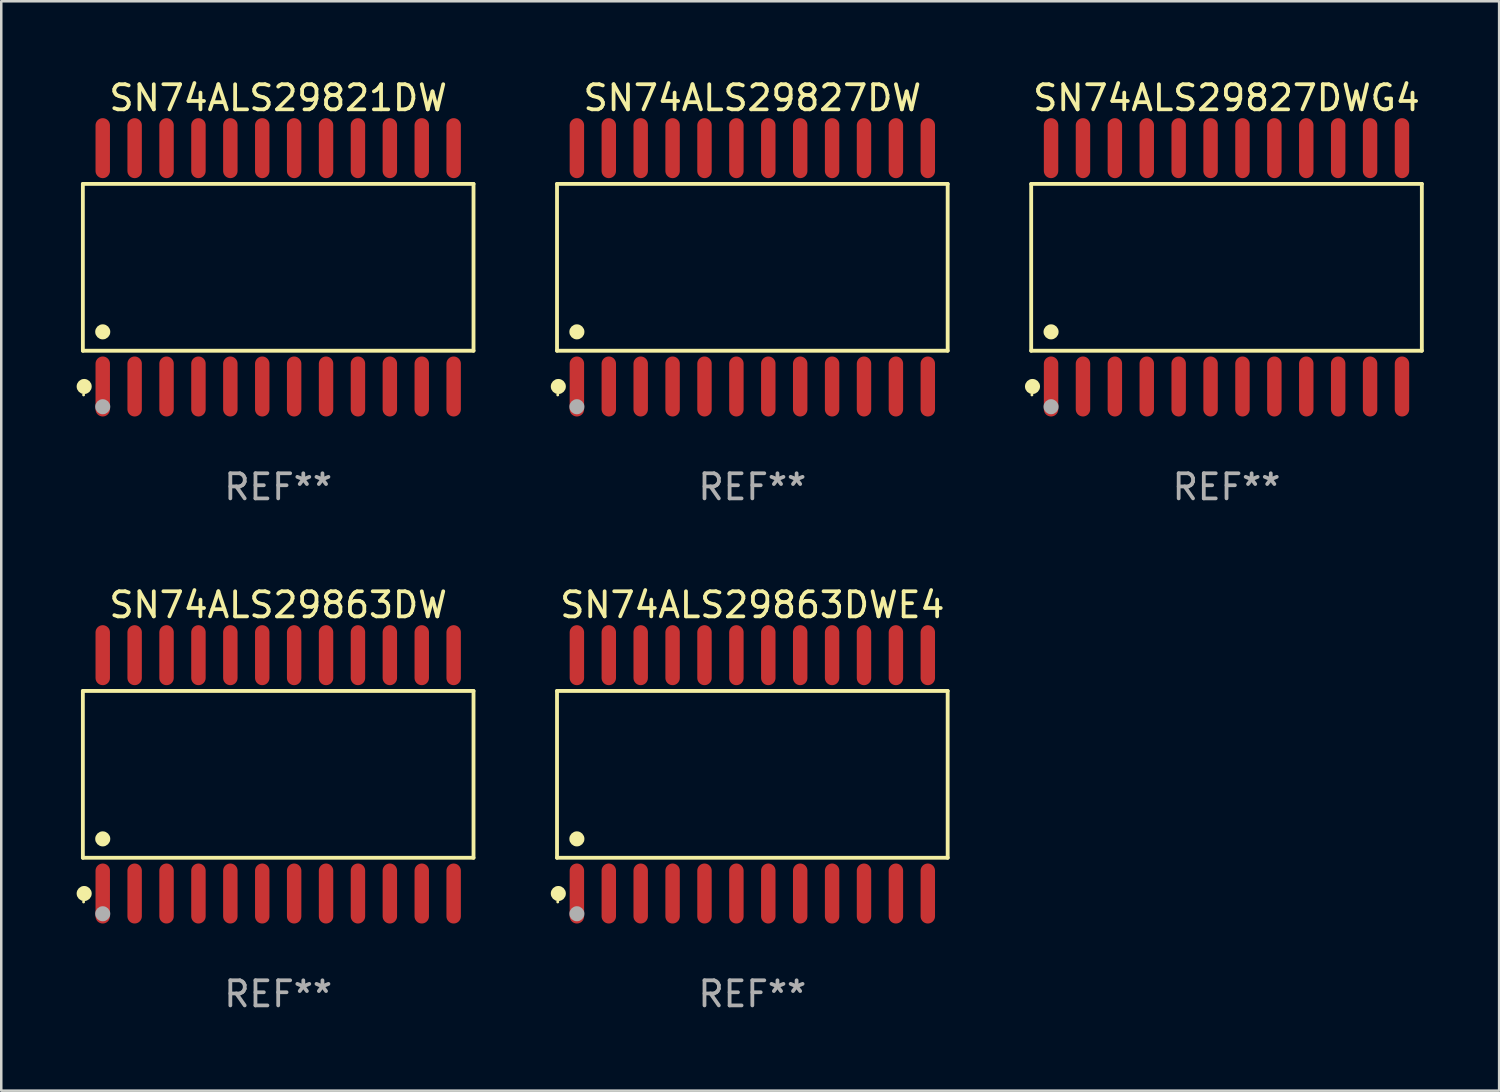
<source format=kicad_pcb>
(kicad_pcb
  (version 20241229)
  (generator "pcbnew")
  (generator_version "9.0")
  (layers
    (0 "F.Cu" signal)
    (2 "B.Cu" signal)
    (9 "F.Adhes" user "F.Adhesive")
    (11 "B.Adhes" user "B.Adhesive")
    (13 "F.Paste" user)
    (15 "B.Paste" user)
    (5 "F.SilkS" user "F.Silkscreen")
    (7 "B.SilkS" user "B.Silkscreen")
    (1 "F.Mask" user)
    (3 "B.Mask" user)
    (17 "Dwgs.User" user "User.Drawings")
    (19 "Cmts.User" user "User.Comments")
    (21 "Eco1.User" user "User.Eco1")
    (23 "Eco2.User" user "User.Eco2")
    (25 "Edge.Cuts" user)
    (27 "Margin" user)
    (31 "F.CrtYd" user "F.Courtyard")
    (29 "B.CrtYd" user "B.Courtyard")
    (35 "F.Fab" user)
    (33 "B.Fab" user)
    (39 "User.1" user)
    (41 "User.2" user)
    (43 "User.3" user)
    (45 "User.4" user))
  (footprint "SN74ALS29827DWG4"
    (layer "F.Cu")
    (at 45.778 7.592)
    (property "Reference" "SN74ALS29827DWG4" (at 0 -6.744 0) (layer "F.SilkS") (effects (font (size 1 1) (thickness 0.15))))
    (attr through_hole)
    (fp_line (start -7.776 -3.321) (end 7.776 -3.321) (stroke (width 0.152) (type solid)) (layer "F.SilkS"))
    (fp_line (start -7.776 3.321) (end -7.776 -3.321) (stroke (width 0.152) (type solid)) (layer "F.SilkS"))
    (fp_line (start 7.776 -3.321) (end 7.776 3.321) (stroke (width 0.152) (type solid)) (layer "F.SilkS"))
    (fp_line (start 7.776 3.321) (end -7.776 3.321) (stroke (width 0.152) (type solid)) (layer "F.SilkS"))
    (fp_circle (center -7.747 5.08) (end -7.717 5.08) (stroke (width 0.06) (type solid)) (fill no) (layer "F.SilkS"))
    (fp_circle (center -7.724 4.744) (end -7.574 4.744) (stroke (width 0.3) (type solid)) (fill no) (layer "F.SilkS"))
    (fp_circle (center -6.985 2.569) (end -6.835 2.569) (stroke (width 0.3) (type solid)) (fill no) (layer "F.SilkS"))
    (fp_circle (center -6.985 5.55) (end -6.835 5.55) (stroke (width 0.3) (type solid)) (fill no) (layer "F.Fab"))
    (fp_text user "REF**" (at 0 8.744 0) (layer "F.Fab") (effects (font (size 1 1) (thickness 0.15))))
    (pad "1" smd oval (at -6.985 4.744) (size 0.574 2.388) (layers "F.Cu" "F.Mask" "F.Paste"))
    (pad "2" smd oval (at -5.715 4.744) (size 0.574 2.388) (layers "F.Cu" "F.Mask" "F.Paste"))
    (pad "3" smd oval (at -4.445 4.744) (size 0.574 2.388) (layers "F.Cu" "F.Mask" "F.Paste"))
    (pad "4" smd oval (at -3.175 4.744) (size 0.574 2.388) (layers "F.Cu" "F.Mask" "F.Paste"))
    (pad "5" smd oval (at -1.905 4.744) (size 0.574 2.388) (layers "F.Cu" "F.Mask" "F.Paste"))
    (pad "6" smd oval (at -0.635 4.744) (size 0.574 2.388) (layers "F.Cu" "F.Mask" "F.Paste"))
    (pad "7" smd oval (at 0.635 4.744) (size 0.574 2.388) (layers "F.Cu" "F.Mask" "F.Paste"))
    (pad "8" smd oval (at 1.905 4.744) (size 0.574 2.388) (layers "F.Cu" "F.Mask" "F.Paste"))
    (pad "9" smd oval (at 3.175 4.744) (size 0.574 2.388) (layers "F.Cu" "F.Mask" "F.Paste"))
    (pad "10" smd oval (at 4.445 4.744) (size 0.574 2.388) (layers "F.Cu" "F.Mask" "F.Paste"))
    (pad "11" smd oval (at 5.715 4.744) (size 0.574 2.388) (layers "F.Cu" "F.Mask" "F.Paste"))
    (pad "12" smd oval (at 6.985 4.744) (size 0.574 2.388) (layers "F.Cu" "F.Mask" "F.Paste"))
    (pad "13" smd oval (at 6.985 -4.744) (size 0.574 2.388) (layers "F.Cu" "F.Mask" "F.Paste"))
    (pad "14" smd oval (at 5.715 -4.744) (size 0.574 2.388) (layers "F.Cu" "F.Mask" "F.Paste"))
    (pad "15" smd oval (at 4.445 -4.744) (size 0.574 2.388) (layers "F.Cu" "F.Mask" "F.Paste"))
    (pad "16" smd oval (at 3.175 -4.744) (size 0.574 2.388) (layers "F.Cu" "F.Mask" "F.Paste"))
    (pad "17" smd oval (at 1.905 -4.744) (size 0.574 2.388) (layers "F.Cu" "F.Mask" "F.Paste"))
    (pad "18" smd oval (at 0.635 -4.744) (size 0.574 2.388) (layers "F.Cu" "F.Mask" "F.Paste"))
    (pad "19" smd oval (at -0.635 -4.744) (size 0.574 2.388) (layers "F.Cu" "F.Mask" "F.Paste"))
    (pad "20" smd oval (at -1.905 -4.744) (size 0.574 2.388) (layers "F.Cu" "F.Mask" "F.Paste"))
    (pad "21" smd oval (at -3.175 -4.744) (size 0.574 2.388) (layers "F.Cu" "F.Mask" "F.Paste"))
    (pad "22" smd oval (at -4.445 -4.744) (size 0.574 2.388) (layers "F.Cu" "F.Mask" "F.Paste"))
    (pad "23" smd oval (at -5.715 -4.744) (size 0.574 2.388) (layers "F.Cu" "F.Mask" "F.Paste"))
    (pad "24" smd oval (at -6.985 -4.744) (size 0.574 2.388) (layers "F.Cu" "F.Mask" "F.Paste")))
  (footprint "SN74ALS29863DW"
    (layer "F.Cu")
    (at 8.025 27.777)
    (property "Reference" "SN74ALS29863DW" (at 0 -6.744 0) (layer "F.SilkS") (effects (font (size 1 1) (thickness 0.15))))
    (attr through_hole)
    (fp_line (start -7.776 -3.321) (end 7.776 -3.321) (stroke (width 0.152) (type solid)) (layer "F.SilkS"))
    (fp_line (start -7.776 3.321) (end -7.776 -3.321) (stroke (width 0.152) (type solid)) (layer "F.SilkS"))
    (fp_line (start 7.776 -3.321) (end 7.776 3.321) (stroke (width 0.152) (type solid)) (layer "F.SilkS"))
    (fp_line (start 7.776 3.321) (end -7.776 3.321) (stroke (width 0.152) (type solid)) (layer "F.SilkS"))
    (fp_circle (center -7.747 5.08) (end -7.717 5.08) (stroke (width 0.06) (type solid)) (fill no) (layer "F.SilkS"))
    (fp_circle (center -7.724 4.744) (end -7.574 4.744) (stroke (width 0.3) (type solid)) (fill no) (layer "F.SilkS"))
    (fp_circle (center -6.985 2.569) (end -6.835 2.569) (stroke (width 0.3) (type solid)) (fill no) (layer "F.SilkS"))
    (fp_circle (center -6.985 5.55) (end -6.835 5.55) (stroke (width 0.3) (type solid)) (fill no) (layer "F.Fab"))
    (fp_text user "REF**" (at 0 8.744 0) (layer "F.Fab") (effects (font (size 1 1) (thickness 0.15))))
    (pad "1" smd oval (at -6.985 4.744) (size 0.574 2.388) (layers "F.Cu" "F.Mask" "F.Paste"))
    (pad "2" smd oval (at -5.715 4.744) (size 0.574 2.388) (layers "F.Cu" "F.Mask" "F.Paste"))
    (pad "3" smd oval (at -4.445 4.744) (size 0.574 2.388) (layers "F.Cu" "F.Mask" "F.Paste"))
    (pad "4" smd oval (at -3.175 4.744) (size 0.574 2.388) (layers "F.Cu" "F.Mask" "F.Paste"))
    (pad "5" smd oval (at -1.905 4.744) (size 0.574 2.388) (layers "F.Cu" "F.Mask" "F.Paste"))
    (pad "6" smd oval (at -0.635 4.744) (size 0.574 2.388) (layers "F.Cu" "F.Mask" "F.Paste"))
    (pad "7" smd oval (at 0.635 4.744) (size 0.574 2.388) (layers "F.Cu" "F.Mask" "F.Paste"))
    (pad "8" smd oval (at 1.905 4.744) (size 0.574 2.388) (layers "F.Cu" "F.Mask" "F.Paste"))
    (pad "9" smd oval (at 3.175 4.744) (size 0.574 2.388) (layers "F.Cu" "F.Mask" "F.Paste"))
    (pad "10" smd oval (at 4.445 4.744) (size 0.574 2.388) (layers "F.Cu" "F.Mask" "F.Paste"))
    (pad "11" smd oval (at 5.715 4.744) (size 0.574 2.388) (layers "F.Cu" "F.Mask" "F.Paste"))
    (pad "12" smd oval (at 6.985 4.744) (size 0.574 2.388) (layers "F.Cu" "F.Mask" "F.Paste"))
    (pad "13" smd oval (at 6.985 -4.744) (size 0.574 2.388) (layers "F.Cu" "F.Mask" "F.Paste"))
    (pad "14" smd oval (at 5.715 -4.744) (size 0.574 2.388) (layers "F.Cu" "F.Mask" "F.Paste"))
    (pad "15" smd oval (at 4.445 -4.744) (size 0.574 2.388) (layers "F.Cu" "F.Mask" "F.Paste"))
    (pad "16" smd oval (at 3.175 -4.744) (size 0.574 2.388) (layers "F.Cu" "F.Mask" "F.Paste"))
    (pad "17" smd oval (at 1.905 -4.744) (size 0.574 2.388) (layers "F.Cu" "F.Mask" "F.Paste"))
    (pad "18" smd oval (at 0.635 -4.744) (size 0.574 2.388) (layers "F.Cu" "F.Mask" "F.Paste"))
    (pad "19" smd oval (at -0.635 -4.744) (size 0.574 2.388) (layers "F.Cu" "F.Mask" "F.Paste"))
    (pad "20" smd oval (at -1.905 -4.744) (size 0.574 2.388) (layers "F.Cu" "F.Mask" "F.Paste"))
    (pad "21" smd oval (at -3.175 -4.744) (size 0.574 2.388) (layers "F.Cu" "F.Mask" "F.Paste"))
    (pad "22" smd oval (at -4.445 -4.744) (size 0.574 2.388) (layers "F.Cu" "F.Mask" "F.Paste"))
    (pad "23" smd oval (at -5.715 -4.744) (size 0.574 2.388) (layers "F.Cu" "F.Mask" "F.Paste"))
    (pad "24" smd oval (at -6.985 -4.744) (size 0.574 2.388) (layers "F.Cu" "F.Mask" "F.Paste")))
  (footprint "SN74ALS29863DWE4"
    (layer "F.Cu")
    (at 26.901 27.777)
    (property "Reference" "SN74ALS29863DWE4" (at 0 -6.744 0) (layer "F.SilkS") (effects (font (size 1 1) (thickness 0.15))))
    (attr through_hole)
    (fp_line (start -7.776 -3.321) (end 7.776 -3.321) (stroke (width 0.152) (type solid)) (layer "F.SilkS"))
    (fp_line (start -7.776 3.321) (end -7.776 -3.321) (stroke (width 0.152) (type solid)) (layer "F.SilkS"))
    (fp_line (start 7.776 -3.321) (end 7.776 3.321) (stroke (width 0.152) (type solid)) (layer "F.SilkS"))
    (fp_line (start 7.776 3.321) (end -7.776 3.321) (stroke (width 0.152) (type solid)) (layer "F.SilkS"))
    (fp_circle (center -7.747 5.08) (end -7.717 5.08) (stroke (width 0.06) (type solid)) (fill no) (layer "F.SilkS"))
    (fp_circle (center -7.724 4.744) (end -7.574 4.744) (stroke (width 0.3) (type solid)) (fill no) (layer "F.SilkS"))
    (fp_circle (center -6.985 2.569) (end -6.835 2.569) (stroke (width 0.3) (type solid)) (fill no) (layer "F.SilkS"))
    (fp_circle (center -6.985 5.55) (end -6.835 5.55) (stroke (width 0.3) (type solid)) (fill no) (layer "F.Fab"))
    (fp_text user "REF**" (at 0 8.744 0) (layer "F.Fab") (effects (font (size 1 1) (thickness 0.15))))
    (pad "1" smd oval (at -6.985 4.744) (size 0.574 2.388) (layers "F.Cu" "F.Mask" "F.Paste"))
    (pad "2" smd oval (at -5.715 4.744) (size 0.574 2.388) (layers "F.Cu" "F.Mask" "F.Paste"))
    (pad "3" smd oval (at -4.445 4.744) (size 0.574 2.388) (layers "F.Cu" "F.Mask" "F.Paste"))
    (pad "4" smd oval (at -3.175 4.744) (size 0.574 2.388) (layers "F.Cu" "F.Mask" "F.Paste"))
    (pad "5" smd oval (at -1.905 4.744) (size 0.574 2.388) (layers "F.Cu" "F.Mask" "F.Paste"))
    (pad "6" smd oval (at -0.635 4.744) (size 0.574 2.388) (layers "F.Cu" "F.Mask" "F.Paste"))
    (pad "7" smd oval (at 0.635 4.744) (size 0.574 2.388) (layers "F.Cu" "F.Mask" "F.Paste"))
    (pad "8" smd oval (at 1.905 4.744) (size 0.574 2.388) (layers "F.Cu" "F.Mask" "F.Paste"))
    (pad "9" smd oval (at 3.175 4.744) (size 0.574 2.388) (layers "F.Cu" "F.Mask" "F.Paste"))
    (pad "10" smd oval (at 4.445 4.744) (size 0.574 2.388) (layers "F.Cu" "F.Mask" "F.Paste"))
    (pad "11" smd oval (at 5.715 4.744) (size 0.574 2.388) (layers "F.Cu" "F.Mask" "F.Paste"))
    (pad "12" smd oval (at 6.985 4.744) (size 0.574 2.388) (layers "F.Cu" "F.Mask" "F.Paste"))
    (pad "13" smd oval (at 6.985 -4.744) (size 0.574 2.388) (layers "F.Cu" "F.Mask" "F.Paste"))
    (pad "14" smd oval (at 5.715 -4.744) (size 0.574 2.388) (layers "F.Cu" "F.Mask" "F.Paste"))
    (pad "15" smd oval (at 4.445 -4.744) (size 0.574 2.388) (layers "F.Cu" "F.Mask" "F.Paste"))
    (pad "16" smd oval (at 3.175 -4.744) (size 0.574 2.388) (layers "F.Cu" "F.Mask" "F.Paste"))
    (pad "17" smd oval (at 1.905 -4.744) (size 0.574 2.388) (layers "F.Cu" "F.Mask" "F.Paste"))
    (pad "18" smd oval (at 0.635 -4.744) (size 0.574 2.388) (layers "F.Cu" "F.Mask" "F.Paste"))
    (pad "19" smd oval (at -0.635 -4.744) (size 0.574 2.388) (layers "F.Cu" "F.Mask" "F.Paste"))
    (pad "20" smd oval (at -1.905 -4.744) (size 0.574 2.388) (layers "F.Cu" "F.Mask" "F.Paste"))
    (pad "21" smd oval (at -3.175 -4.744) (size 0.574 2.388) (layers "F.Cu" "F.Mask" "F.Paste"))
    (pad "22" smd oval (at -4.445 -4.744) (size 0.574 2.388) (layers "F.Cu" "F.Mask" "F.Paste"))
    (pad "23" smd oval (at -5.715 -4.744) (size 0.574 2.388) (layers "F.Cu" "F.Mask" "F.Paste"))
    (pad "24" smd oval (at -6.985 -4.744) (size 0.574 2.388) (layers "F.Cu" "F.Mask" "F.Paste")))
  (footprint "SN74ALS29821DW"
    (layer "F.Cu")
    (at 8.025 7.592)
    (property "Reference" "SN74ALS29821DW" (at 0 -6.744 0) (layer "F.SilkS") (effects (font (size 1 1) (thickness 0.15))))
    (attr through_hole)
    (fp_line (start -7.776 -3.321) (end 7.776 -3.321) (stroke (width 0.152) (type solid)) (layer "F.SilkS"))
    (fp_line (start -7.776 3.321) (end -7.776 -3.321) (stroke (width 0.152) (type solid)) (layer "F.SilkS"))
    (fp_line (start 7.776 -3.321) (end 7.776 3.321) (stroke (width 0.152) (type solid)) (layer "F.SilkS"))
    (fp_line (start 7.776 3.321) (end -7.776 3.321) (stroke (width 0.152) (type solid)) (layer "F.SilkS"))
    (fp_circle (center -7.747 5.08) (end -7.717 5.08) (stroke (width 0.06) (type solid)) (fill no) (layer "F.SilkS"))
    (fp_circle (center -7.724 4.744) (end -7.574 4.744) (stroke (width 0.3) (type solid)) (fill no) (layer "F.SilkS"))
    (fp_circle (center -6.985 2.569) (end -6.835 2.569) (stroke (width 0.3) (type solid)) (fill no) (layer "F.SilkS"))
    (fp_circle (center -6.985 5.55) (end -6.835 5.55) (stroke (width 0.3) (type solid)) (fill no) (layer "F.Fab"))
    (fp_text user "REF**" (at 0 8.744 0) (layer "F.Fab") (effects (font (size 1 1) (thickness 0.15))))
    (pad "1" smd oval (at -6.985 4.744) (size 0.574 2.388) (layers "F.Cu" "F.Mask" "F.Paste"))
    (pad "2" smd oval (at -5.715 4.744) (size 0.574 2.388) (layers "F.Cu" "F.Mask" "F.Paste"))
    (pad "3" smd oval (at -4.445 4.744) (size 0.574 2.388) (layers "F.Cu" "F.Mask" "F.Paste"))
    (pad "4" smd oval (at -3.175 4.744) (size 0.574 2.388) (layers "F.Cu" "F.Mask" "F.Paste"))
    (pad "5" smd oval (at -1.905 4.744) (size 0.574 2.388) (layers "F.Cu" "F.Mask" "F.Paste"))
    (pad "6" smd oval (at -0.635 4.744) (size 0.574 2.388) (layers "F.Cu" "F.Mask" "F.Paste"))
    (pad "7" smd oval (at 0.635 4.744) (size 0.574 2.388) (layers "F.Cu" "F.Mask" "F.Paste"))
    (pad "8" smd oval (at 1.905 4.744) (size 0.574 2.388) (layers "F.Cu" "F.Mask" "F.Paste"))
    (pad "9" smd oval (at 3.175 4.744) (size 0.574 2.388) (layers "F.Cu" "F.Mask" "F.Paste"))
    (pad "10" smd oval (at 4.445 4.744) (size 0.574 2.388) (layers "F.Cu" "F.Mask" "F.Paste"))
    (pad "11" smd oval (at 5.715 4.744) (size 0.574 2.388) (layers "F.Cu" "F.Mask" "F.Paste"))
    (pad "12" smd oval (at 6.985 4.744) (size 0.574 2.388) (layers "F.Cu" "F.Mask" "F.Paste"))
    (pad "13" smd oval (at 6.985 -4.744) (size 0.574 2.388) (layers "F.Cu" "F.Mask" "F.Paste"))
    (pad "14" smd oval (at 5.715 -4.744) (size 0.574 2.388) (layers "F.Cu" "F.Mask" "F.Paste"))
    (pad "15" smd oval (at 4.445 -4.744) (size 0.574 2.388) (layers "F.Cu" "F.Mask" "F.Paste"))
    (pad "16" smd oval (at 3.175 -4.744) (size 0.574 2.388) (layers "F.Cu" "F.Mask" "F.Paste"))
    (pad "17" smd oval (at 1.905 -4.744) (size 0.574 2.388) (layers "F.Cu" "F.Mask" "F.Paste"))
    (pad "18" smd oval (at 0.635 -4.744) (size 0.574 2.388) (layers "F.Cu" "F.Mask" "F.Paste"))
    (pad "19" smd oval (at -0.635 -4.744) (size 0.574 2.388) (layers "F.Cu" "F.Mask" "F.Paste"))
    (pad "20" smd oval (at -1.905 -4.744) (size 0.574 2.388) (layers "F.Cu" "F.Mask" "F.Paste"))
    (pad "21" smd oval (at -3.175 -4.744) (size 0.574 2.388) (layers "F.Cu" "F.Mask" "F.Paste"))
    (pad "22" smd oval (at -4.445 -4.744) (size 0.574 2.388) (layers "F.Cu" "F.Mask" "F.Paste"))
    (pad "23" smd oval (at -5.715 -4.744) (size 0.574 2.388) (layers "F.Cu" "F.Mask" "F.Paste"))
    (pad "24" smd oval (at -6.985 -4.744) (size 0.574 2.388) (layers "F.Cu" "F.Mask" "F.Paste")))
  (footprint "SN74ALS29827DW"
    (layer "F.Cu")
    (at 26.901 7.592)
    (property "Reference" "SN74ALS29827DW" (at 0 -6.744 0) (layer "F.SilkS") (effects (font (size 1 1) (thickness 0.15))))
    (attr through_hole)
    (fp_line (start -7.776 -3.321) (end 7.776 -3.321) (stroke (width 0.152) (type solid)) (layer "F.SilkS"))
    (fp_line (start -7.776 3.321) (end -7.776 -3.321) (stroke (width 0.152) (type solid)) (layer "F.SilkS"))
    (fp_line (start 7.776 -3.321) (end 7.776 3.321) (stroke (width 0.152) (type solid)) (layer "F.SilkS"))
    (fp_line (start 7.776 3.321) (end -7.776 3.321) (stroke (width 0.152) (type solid)) (layer "F.SilkS"))
    (fp_circle (center -7.747 5.08) (end -7.717 5.08) (stroke (width 0.06) (type solid)) (fill no) (layer "F.SilkS"))
    (fp_circle (center -7.724 4.744) (end -7.574 4.744) (stroke (width 0.3) (type solid)) (fill no) (layer "F.SilkS"))
    (fp_circle (center -6.985 2.569) (end -6.835 2.569) (stroke (width 0.3) (type solid)) (fill no) (layer "F.SilkS"))
    (fp_circle (center -6.985 5.55) (end -6.835 5.55) (stroke (width 0.3) (type solid)) (fill no) (layer "F.Fab"))
    (fp_text user "REF**" (at 0 8.744 0) (layer "F.Fab") (effects (font (size 1 1) (thickness 0.15))))
    (pad "1" smd oval (at -6.985 4.744) (size 0.574 2.388) (layers "F.Cu" "F.Mask" "F.Paste"))
    (pad "2" smd oval (at -5.715 4.744) (size 0.574 2.388) (layers "F.Cu" "F.Mask" "F.Paste"))
    (pad "3" smd oval (at -4.445 4.744) (size 0.574 2.388) (layers "F.Cu" "F.Mask" "F.Paste"))
    (pad "4" smd oval (at -3.175 4.744) (size 0.574 2.388) (layers "F.Cu" "F.Mask" "F.Paste"))
    (pad "5" smd oval (at -1.905 4.744) (size 0.574 2.388) (layers "F.Cu" "F.Mask" "F.Paste"))
    (pad "6" smd oval (at -0.635 4.744) (size 0.574 2.388) (layers "F.Cu" "F.Mask" "F.Paste"))
    (pad "7" smd oval (at 0.635 4.744) (size 0.574 2.388) (layers "F.Cu" "F.Mask" "F.Paste"))
    (pad "8" smd oval (at 1.905 4.744) (size 0.574 2.388) (layers "F.Cu" "F.Mask" "F.Paste"))
    (pad "9" smd oval (at 3.175 4.744) (size 0.574 2.388) (layers "F.Cu" "F.Mask" "F.Paste"))
    (pad "10" smd oval (at 4.445 4.744) (size 0.574 2.388) (layers "F.Cu" "F.Mask" "F.Paste"))
    (pad "11" smd oval (at 5.715 4.744) (size 0.574 2.388) (layers "F.Cu" "F.Mask" "F.Paste"))
    (pad "12" smd oval (at 6.985 4.744) (size 0.574 2.388) (layers "F.Cu" "F.Mask" "F.Paste"))
    (pad "13" smd oval (at 6.985 -4.744) (size 0.574 2.388) (layers "F.Cu" "F.Mask" "F.Paste"))
    (pad "14" smd oval (at 5.715 -4.744) (size 0.574 2.388) (layers "F.Cu" "F.Mask" "F.Paste"))
    (pad "15" smd oval (at 4.445 -4.744) (size 0.574 2.388) (layers "F.Cu" "F.Mask" "F.Paste"))
    (pad "16" smd oval (at 3.175 -4.744) (size 0.574 2.388) (layers "F.Cu" "F.Mask" "F.Paste"))
    (pad "17" smd oval (at 1.905 -4.744) (size 0.574 2.388) (layers "F.Cu" "F.Mask" "F.Paste"))
    (pad "18" smd oval (at 0.635 -4.744) (size 0.574 2.388) (layers "F.Cu" "F.Mask" "F.Paste"))
    (pad "19" smd oval (at -0.635 -4.744) (size 0.574 2.388) (layers "F.Cu" "F.Mask" "F.Paste"))
    (pad "20" smd oval (at -1.905 -4.744) (size 0.574 2.388) (layers "F.Cu" "F.Mask" "F.Paste"))
    (pad "21" smd oval (at -3.175 -4.744) (size 0.574 2.388) (layers "F.Cu" "F.Mask" "F.Paste"))
    (pad "22" smd oval (at -4.445 -4.744) (size 0.574 2.388) (layers "F.Cu" "F.Mask" "F.Paste"))
    (pad "23" smd oval (at -5.715 -4.744) (size 0.574 2.388) (layers "F.Cu" "F.Mask" "F.Paste"))
    (pad "24" smd oval (at -6.985 -4.744) (size 0.574 2.388) (layers "F.Cu" "F.Mask" "F.Paste")))
  (gr_rect
    (start -3 -3)
    (end 56.631 40.369)
    (stroke (width 0.1) (type default))
    (fill no)
    (layer "Edge.Cuts")))
</source>
